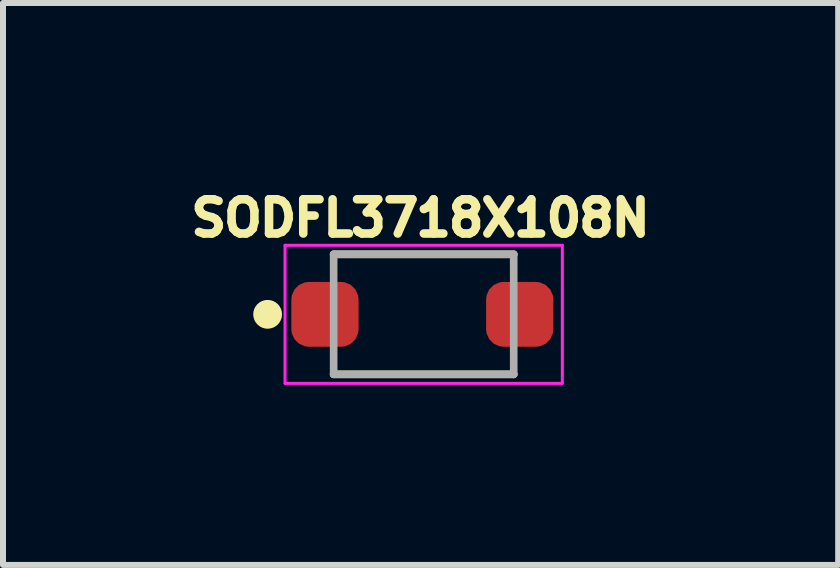
<source format=kicad_pcb>
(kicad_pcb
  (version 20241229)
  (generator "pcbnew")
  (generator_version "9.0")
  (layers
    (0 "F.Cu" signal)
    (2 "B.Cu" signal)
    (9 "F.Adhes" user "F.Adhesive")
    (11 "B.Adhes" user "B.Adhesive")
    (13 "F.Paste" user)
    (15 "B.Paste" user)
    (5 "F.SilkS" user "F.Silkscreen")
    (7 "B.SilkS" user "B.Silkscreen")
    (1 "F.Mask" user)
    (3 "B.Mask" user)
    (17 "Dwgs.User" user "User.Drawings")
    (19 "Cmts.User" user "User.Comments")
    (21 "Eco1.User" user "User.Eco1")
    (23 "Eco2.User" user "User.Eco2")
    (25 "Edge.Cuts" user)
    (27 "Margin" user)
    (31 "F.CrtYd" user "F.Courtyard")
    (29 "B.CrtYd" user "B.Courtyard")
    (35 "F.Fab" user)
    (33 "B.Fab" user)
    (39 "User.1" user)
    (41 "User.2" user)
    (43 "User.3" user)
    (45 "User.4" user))
  (footprint "SODFL3718X108N"
    (layer "F.Cu")
    (at 4.009 2.187)
    (property "Reference" "SODFL3718X108N" (at -0.052 -1.603 0) (layer "F.SilkS") (effects (font (size 0.57 0.57) (thickness 0.15))))
    (attr through_hole)
    (fp_line (start -1.5 -1) (end 1.5 -1) (stroke (width 0.127) (type solid)) (layer "F.SilkS"))
    (fp_line (start 1.5 1) (end -1.5 1) (stroke (width 0.127) (type solid)) (layer "F.SilkS"))
    (fp_circle (center -2.6 0) (end -2.48 0) (stroke (width 0.24) (type solid)) (fill no) (layer "F.SilkS"))
    (fp_line (start -2.31 -1.15) (end -2.31 1.15) (stroke (width 0.05) (type solid)) (layer "F.CrtYd"))
    (fp_line (start -2.31 1.15) (end 2.31 1.15) (stroke (width 0.05) (type solid)) (layer "F.CrtYd"))
    (fp_line (start 2.31 -1.15) (end -2.31 -1.15) (stroke (width 0.05) (type solid)) (layer "F.CrtYd"))
    (fp_line (start 2.31 1.15) (end 2.31 -1.15) (stroke (width 0.05) (type solid)) (layer "F.CrtYd"))
    (fp_line (start -1.5 -1) (end 1.5 -1) (stroke (width 0.127) (type solid)) (layer "F.Fab"))
    (fp_line (start -1.5 1) (end -1.5 -1) (stroke (width 0.127) (type solid)) (layer "F.Fab"))
    (fp_line (start 1.5 -1) (end 1.5 1) (stroke (width 0.127) (type solid)) (layer "F.Fab"))
    (fp_line (start 1.5 1) (end -1.5 1) (stroke (width 0.127) (type solid)) (layer "F.Fab"))
    (pad "A" smd roundrect (at 1.6 0) (size 1.12 1.08) (layers "F.Cu" "F.Mask" "F.Paste") (roundrect_rratio 0.27))
    (pad "C" smd roundrect (at -1.645 0) (size 1.12 1.08) (layers "F.Cu" "F.Mask" "F.Paste") (roundrect_rratio 0.27)))
  (gr_rect
    (start -3 -3)
    (end 10.915 6.362)
    (stroke (width 0.1) (type default))
    (fill no)
    (layer "Edge.Cuts")))
</source>
